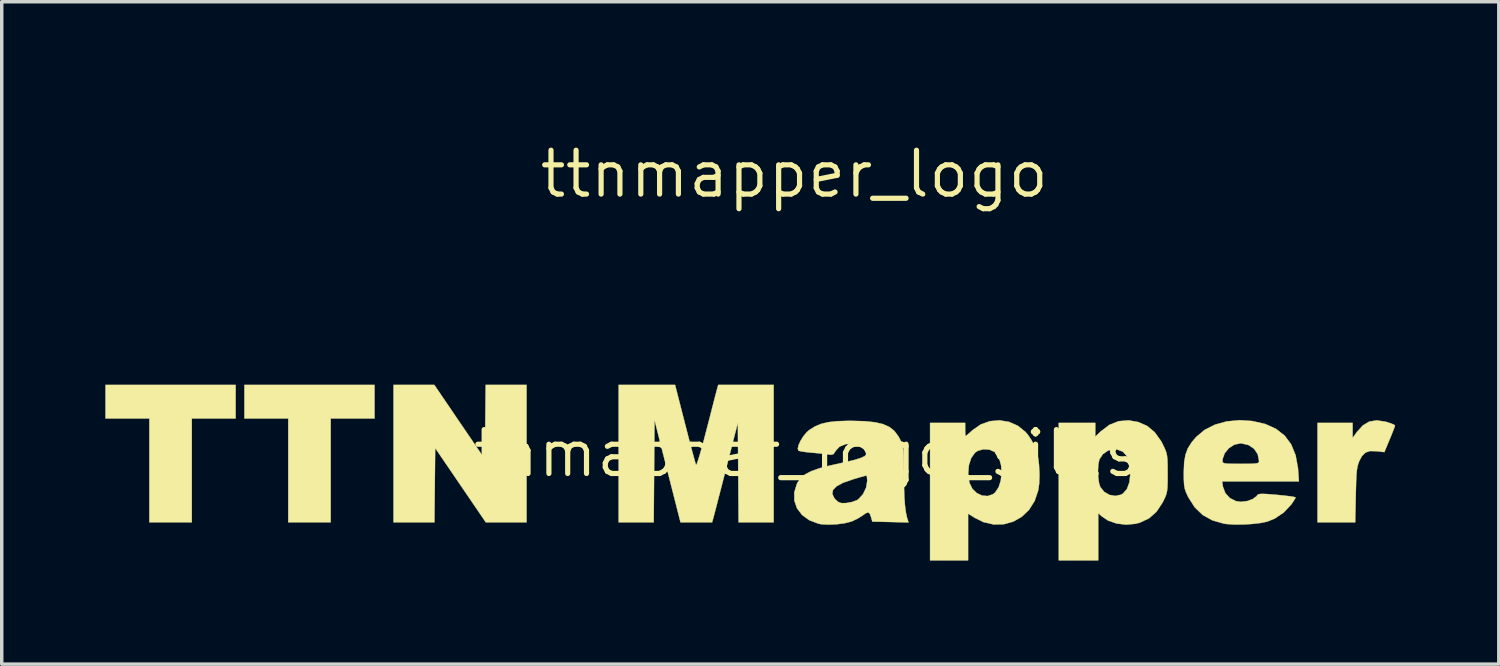
<source format=kicad_pcb>
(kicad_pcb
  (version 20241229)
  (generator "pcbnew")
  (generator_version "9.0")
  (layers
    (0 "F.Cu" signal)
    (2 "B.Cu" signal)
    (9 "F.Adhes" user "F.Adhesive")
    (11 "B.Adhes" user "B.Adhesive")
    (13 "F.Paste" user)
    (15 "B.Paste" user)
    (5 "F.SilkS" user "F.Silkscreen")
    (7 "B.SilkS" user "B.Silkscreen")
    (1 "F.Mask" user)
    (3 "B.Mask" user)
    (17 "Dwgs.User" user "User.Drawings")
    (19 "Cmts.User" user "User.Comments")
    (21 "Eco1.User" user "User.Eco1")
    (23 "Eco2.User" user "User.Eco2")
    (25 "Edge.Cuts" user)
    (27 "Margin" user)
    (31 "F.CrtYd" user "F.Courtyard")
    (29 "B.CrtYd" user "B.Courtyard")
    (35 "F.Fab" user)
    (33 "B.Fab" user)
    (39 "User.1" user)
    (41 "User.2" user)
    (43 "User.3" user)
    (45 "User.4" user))
  (footprint "ttnmapper_logo_silks"
    (layer "F.Cu")
    (at 19.95 10.08)
    (property "Reference" "ttnmapper_logo_silks" (at 0 0 0) (layer "F.SilkS") (effects (font (size 1.27 1.27) (thickness 0.15))))
    (attr through_hole)
    (fp_poly (pts (xy -16.177 -1.012) (xy -17.447 -1.012) (xy -17.447 1.994) (xy -18.675 1.994) (xy -18.675 -1.012) (xy -19.945 -1.012) (xy -19.945 -1.985) (xy -16.177 -1.985) (xy -16.177 -1.012)) (stroke (width 0.01) (type solid)) (fill yes) (layer "F.SilkS"))
    (fp_poly (pts (xy -12.155 -1.012) (xy -13.425 -1.012) (xy -13.425 1.994) (xy -14.653 1.994) (xy -14.653 -1.012) (xy -15.923 -1.012) (xy -15.923 -1.985) (xy -12.155 -1.985) (xy -12.155 -1.012)) (stroke (width 0.01) (type solid)) (fill yes) (layer "F.SilkS"))
    (fp_poly (pts (xy -9.692 -0.908) (xy -8.959 0.169) (xy -8.937 -1.985) (xy -7.753 -1.985) (xy -7.753 1.994) (xy -8.933 1.994) (xy -9.666 0.919) (xy -10.399 -0.157) (xy -10.41 0.919) (xy -10.421 1.994) (xy -11.605 1.994) (xy -11.605 -1.985) (xy -10.424 -1.985) (xy -9.692 -0.908)) (stroke (width 0.01) (type solid)) (fill yes) (layer "F.SilkS"))
    (fp_poly (pts (xy 17.117 -0.92) (xy 17.157 -0.909) (xy 17.284 -0.867) (xy 17.37 -0.83) (xy 17.394 -0.809) (xy 17.379 -0.759) (xy 17.338 -0.65) (xy 17.278 -0.501) (xy 17.24 -0.409) (xy 17.086 -0.039) (xy 16.865 -0.065) (xy 16.674 -0.07) (xy 16.538 -0.026) (xy 16.435 0.078) (xy 16.364 0.209) (xy 16.332 0.289) (xy 16.308 0.376) (xy 16.29 0.485) (xy 16.277 0.63) (xy 16.268 0.825) (xy 16.261 1.084) (xy 16.258 1.2) (xy 16.241 1.994) (xy 15.15 1.994) (xy 15.15 -0.885) (xy 16.166 -0.885) (xy 16.166 -0.449) (xy 16.292 -0.623) (xy 16.463 -0.812) (xy 16.65 -0.923) (xy 16.865 -0.957) (xy 17.117 -0.92)) (stroke (width 0.01) (type solid)) (fill yes) (layer "F.SilkS"))
    (fp_poly (pts (xy -3.163 -0.853) (xy -3.086 -0.554) (xy -3.015 -0.281) (xy -2.952 -0.045) (xy -2.901 0.144) (xy -2.865 0.273) (xy -2.846 0.332) (xy -2.845 0.334) (xy -2.827 0.309) (xy -2.792 0.213) (xy -2.743 0.055) (xy -2.683 -0.155) (xy -2.614 -0.407) (xy -2.548 -0.661) (xy -2.472 -0.954) (xy -2.402 -1.227) (xy -2.341 -1.466) (xy -2.291 -1.659) (xy -2.256 -1.792) (xy -2.241 -1.848) (xy -2.203 -1.985) (xy -0.598 -1.985) (xy -0.598 1.994) (xy -1.613 1.994) (xy -1.635 -0.889) (xy -1.964 0.394) (xy -2.047 0.718) (xy -2.125 1.022) (xy -2.196 1.296) (xy -2.255 1.526) (xy -2.301 1.702) (xy -2.33 1.812) (xy -2.336 1.835) (xy -2.38 1.994) (xy -3.295 1.994) (xy -3.672 0.513) (xy -4.048 -0.968) (xy -4.071 1.994) (xy -5.086 1.994) (xy -5.086 -1.985) (xy -3.453 -1.985) (xy -3.163 -0.853)) (stroke (width 0.01) (type solid)) (fill yes) (layer "F.SilkS"))
    (fp_poly (pts (xy 6.214 -0.915) (xy 6.47 -0.803) (xy 6.692 -0.625) (xy 6.769 -0.534) (xy 6.87 -0.381) (xy 6.961 -0.213) (xy 6.995 -0.135) (xy 7.05 0.07) (xy 7.085 0.326) (xy 7.099 0.603) (xy 7.091 0.869) (xy 7.063 1.068) (xy 6.959 1.375) (xy 6.797 1.632) (xy 6.587 1.833) (xy 6.339 1.974) (xy 6.064 2.05) (xy 5.775 2.057) (xy 5.48 1.989) (xy 5.233 1.868) (xy 5.032 1.743) (xy 5.032 3.095) (xy 3.931 3.095) (xy 3.931 0.577) (xy 5.035 0.577) (xy 5.066 0.823) (xy 5.076 0.859) (xy 5.156 1.024) (xy 5.283 1.147) (xy 5.436 1.219) (xy 5.598 1.233) (xy 5.748 1.183) (xy 5.814 1.132) (xy 5.916 0.979) (xy 5.979 0.782) (xy 6.002 0.562) (xy 5.987 0.342) (xy 5.933 0.146) (xy 5.84 -0.006) (xy 5.802 -0.041) (xy 5.653 -0.11) (xy 5.479 -0.122) (xy 5.314 -0.077) (xy 5.232 -0.022) (xy 5.122 0.133) (xy 5.055 0.34) (xy 5.035 0.577) (xy 3.931 0.577) (xy 3.931 -0.885) (xy 4.947 -0.885) (xy 4.947 -0.694) (xy 4.95 -0.581) (xy 4.957 -0.512) (xy 4.961 -0.504) (xy 4.997 -0.53) (xy 5.077 -0.598) (xy 5.16 -0.674) (xy 5.398 -0.84) (xy 5.663 -0.934) (xy 5.94 -0.959) (xy 6.214 -0.915)) (stroke (width 0.01) (type solid)) (fill yes) (layer "F.SilkS"))
    (fp_poly (pts (xy 9.96 -0.909) (xy 10.218 -0.796) (xy 10.435 -0.615) (xy 10.617 -0.362) (xy 10.673 -0.257) (xy 10.729 -0.139) (xy 10.767 -0.041) (xy 10.791 0.057) (xy 10.804 0.176) (xy 10.809 0.337) (xy 10.81 0.56) (xy 10.81 0.579) (xy 10.81 0.806) (xy 10.805 0.97) (xy 10.793 1.089) (xy 10.771 1.186) (xy 10.733 1.281) (xy 10.677 1.394) (xy 10.662 1.423) (xy 10.489 1.687) (xy 10.272 1.878) (xy 10.008 2.003) (xy 9.877 2.037) (xy 9.605 2.062) (xy 9.335 2.029) (xy 9.09 1.946) (xy 8.896 1.816) (xy 8.895 1.815) (xy 8.8 1.725) (xy 8.8 3.095) (xy 7.657 3.095) (xy 7.657 0.494) (xy 8.793 0.494) (xy 8.8 0.689) (xy 8.825 0.863) (xy 8.86 0.972) (xy 8.973 1.112) (xy 9.126 1.2) (xy 9.297 1.23) (xy 9.461 1.194) (xy 9.514 1.163) (xy 9.631 1.031) (xy 9.704 0.831) (xy 9.731 0.571) (xy 9.731 0.555) (xy 9.706 0.285) (xy 9.633 0.083) (xy 9.512 -0.052) (xy 9.345 -0.116) (xy 9.262 -0.123) (xy 9.086 -0.084) (xy 8.935 0.02) (xy 8.836 0.168) (xy 8.835 0.169) (xy 8.804 0.309) (xy 8.793 0.494) (xy 7.657 0.494) (xy 7.657 -0.885) (xy 8.715 -0.885) (xy 8.715 -0.486) (xy 8.874 -0.639) (xy 9.124 -0.828) (xy 9.392 -0.934) (xy 9.68 -0.958) (xy 9.96 -0.909)) (stroke (width 0.01) (type solid)) (fill yes) (layer "F.SilkS"))
    (fp_poly (pts (xy 13.255 -0.939) (xy 13.633 -0.854) (xy 13.947 -0.713) (xy 14.199 -0.516) (xy 14.388 -0.261) (xy 14.516 0.052) (xy 14.584 0.424) (xy 14.588 0.481) (xy 14.611 0.809) (xy 12.387 0.809) (xy 12.412 0.967) (xy 12.481 1.149) (xy 12.612 1.292) (xy 12.786 1.38) (xy 12.929 1.401) (xy 13.11 1.38) (xy 13.27 1.323) (xy 13.381 1.242) (xy 13.402 1.213) (xy 13.427 1.188) (xy 13.477 1.174) (xy 13.567 1.17) (xy 13.71 1.177) (xy 13.92 1.194) (xy 13.976 1.199) (xy 14.178 1.219) (xy 14.345 1.239) (xy 14.463 1.258) (xy 14.514 1.273) (xy 14.515 1.275) (xy 14.492 1.323) (xy 14.433 1.414) (xy 14.388 1.479) (xy 14.174 1.709) (xy 13.91 1.886) (xy 13.694 1.974) (xy 13.507 2.013) (xy 13.266 2.041) (xy 13.001 2.057) (xy 12.742 2.058) (xy 12.519 2.044) (xy 12.445 2.034) (xy 12.107 1.938) (xy 11.824 1.781) (xy 11.593 1.558) (xy 11.406 1.264) (xy 11.399 1.249) (xy 11.343 1.127) (xy 11.307 1.021) (xy 11.287 0.904) (xy 11.279 0.753) (xy 11.277 0.555) (xy 11.288 0.268) (xy 11.297 0.214) (xy 12.398 0.214) (xy 12.402 0.25) (xy 12.425 0.274) (xy 12.479 0.289) (xy 12.579 0.297) (xy 12.738 0.3) (xy 12.927 0.301) (xy 13.147 0.3) (xy 13.295 0.296) (xy 13.387 0.287) (xy 13.435 0.271) (xy 13.454 0.245) (xy 13.456 0.215) (xy 13.418 0.021) (xy 13.312 -0.136) (xy 13.151 -0.244) (xy 12.949 -0.291) (xy 12.914 -0.292) (xy 12.739 -0.254) (xy 12.582 -0.152) (xy 12.463 -0.008) (xy 12.402 0.161) (xy 12.398 0.214) (xy 11.297 0.214) (xy 11.325 0.041) (xy 11.396 -0.15) (xy 11.509 -0.328) (xy 11.637 -0.478) (xy 11.88 -0.682) (xy 12.179 -0.833) (xy 12.522 -0.928) (xy 12.896 -0.963) (xy 13.255 -0.939)) (stroke (width 0.01) (type solid)) (fill yes) (layer "F.SilkS"))
    (fp_poly (pts (xy 2.036 -0.934) (xy 2.333 -0.903) (xy 2.569 -0.849) (xy 2.753 -0.766) (xy 2.897 -0.652) (xy 3.011 -0.501) (xy 3.058 -0.414) (xy 3.097 -0.332) (xy 3.126 -0.256) (xy 3.146 -0.172) (xy 3.159 -0.066) (xy 3.167 0.079) (xy 3.17 0.276) (xy 3.172 0.54) (xy 3.172 0.595) (xy 3.177 0.969) (xy 3.187 1.271) (xy 3.205 1.512) (xy 3.23 1.705) (xy 3.264 1.86) (xy 3.276 1.9) (xy 3.307 1.997) (xy 2.783 1.985) (xy 2.259 1.973) (xy 2.219 1.835) (xy 2.182 1.739) (xy 2.137 1.706) (xy 2.064 1.734) (xy 1.968 1.803) (xy 1.836 1.885) (xy 1.682 1.959) (xy 1.644 1.973) (xy 1.46 2.02) (xy 1.236 2.05) (xy 1.004 2.061) (xy 0.799 2.052) (xy 0.702 2.035) (xy 0.434 1.933) (xy 0.225 1.781) (xy 0.079 1.59) (xy 0.002 1.369) (xy -0.00001 1.169) (xy 1.099 1.169) (xy 1.157 1.291) (xy 1.204 1.345) (xy 1.282 1.411) (xy 1.364 1.438) (xy 1.485 1.437) (xy 1.525 1.433) (xy 1.675 1.404) (xy 1.808 1.355) (xy 1.85 1.33) (xy 1.986 1.184) (xy 2.079 0.991) (xy 2.111 0.798) (xy 2.105 0.696) (xy 2.092 0.642) (xy 2.088 0.639) (xy 2.039 0.651) (xy 1.929 0.681) (xy 1.776 0.726) (xy 1.683 0.754) (xy 1.412 0.849) (xy 1.225 0.949) (xy 1.121 1.056) (xy 1.099 1.169) (xy -0.00001 1.169) (xy -0.001 1.129) (xy 0.075 0.878) (xy 0.09 0.849) (xy 0.178 0.72) (xy 0.308 0.609) (xy 0.489 0.514) (xy 0.731 0.428) (xy 1.045 0.347) (xy 1.159 0.322) (xy 1.483 0.25) (xy 1.731 0.19) (xy 1.911 0.136) (xy 2.028 0.084) (xy 2.09 0.03) (xy 2.105 -0.03) (xy 2.08 -0.1) (xy 2.023 -0.18) (xy 1.951 -0.252) (xy 1.861 -0.285) (xy 1.733 -0.292) (xy 1.489 -0.269) (xy 1.312 -0.199) (xy 1.201 -0.08) (xy 1.196 -0.071) (xy 1.138 0.016) (xy 1.069 0.04) (xy 1.017 0.033) (xy 0.922 0.019) (xy 0.771 0.002) (xy 0.592 -0.015) (xy 0.537 -0.019) (xy 0.366 -0.036) (xy 0.224 -0.056) (xy 0.136 -0.074) (xy 0.122 -0.08) (xy 0.1 -0.138) (xy 0.123 -0.241) (xy 0.182 -0.368) (xy 0.264 -0.5) (xy 0.361 -0.617) (xy 0.433 -0.679) (xy 0.598 -0.782) (xy 0.777 -0.857) (xy 0.986 -0.906) (xy 1.241 -0.934) (xy 1.559 -0.944) (xy 1.667 -0.944) (xy 2.036 -0.934)) (stroke (width 0.01) (type solid)) (fill yes) (layer "F.SilkS")))
  (footprint "ttnmapper_logo"
    (layer "F.Cu")
    (at 19.95 1.99)
    (property "Reference" "ttnmapper_logo" (at 0 0 0) (layer "F.SilkS") (effects (font (size 1.27 1.27) (thickness 0.15))))
    (attr through_hole)
    (fp_poly (pts (xy -16.177 -1.012) (xy -17.447 -1.012) (xy -17.447 1.994) (xy -18.675 1.994) (xy -18.675 -1.012) (xy -19.945 -1.012) (xy -19.945 -1.985) (xy -16.177 -1.985) (xy -16.177 -1.012)) (stroke (width 0.01) (type solid)) (fill yes) (layer "F.Mask"))
    (fp_poly (pts (xy -12.155 -1.012) (xy -13.425 -1.012) (xy -13.425 1.994) (xy -14.653 1.994) (xy -14.653 -1.012) (xy -15.923 -1.012) (xy -15.923 -1.985) (xy -12.155 -1.985) (xy -12.155 -1.012)) (stroke (width 0.01) (type solid)) (fill yes) (layer "F.Mask"))
    (fp_poly (pts (xy -9.692 -0.908) (xy -8.959 0.169) (xy -8.937 -1.985) (xy -7.753 -1.985) (xy -7.753 1.994) (xy -8.933 1.994) (xy -9.666 0.919) (xy -10.399 -0.157) (xy -10.41 0.919) (xy -10.421 1.994) (xy -11.605 1.994) (xy -11.605 -1.985) (xy -10.424 -1.985) (xy -9.692 -0.908)) (stroke (width 0.01) (type solid)) (fill yes) (layer "F.Mask"))
    (fp_poly (pts (xy 17.117 -0.92) (xy 17.157 -0.909) (xy 17.284 -0.867) (xy 17.37 -0.83) (xy 17.394 -0.809) (xy 17.379 -0.759) (xy 17.338 -0.65) (xy 17.278 -0.501) (xy 17.24 -0.409) (xy 17.086 -0.039) (xy 16.865 -0.065) (xy 16.674 -0.07) (xy 16.538 -0.026) (xy 16.435 0.078) (xy 16.364 0.209) (xy 16.332 0.289) (xy 16.308 0.376) (xy 16.29 0.485) (xy 16.277 0.63) (xy 16.268 0.825) (xy 16.261 1.084) (xy 16.258 1.2) (xy 16.241 1.994) (xy 15.15 1.994) (xy 15.15 -0.885) (xy 16.166 -0.885) (xy 16.166 -0.449) (xy 16.292 -0.623) (xy 16.463 -0.812) (xy 16.65 -0.923) (xy 16.865 -0.957) (xy 17.117 -0.92)) (stroke (width 0.01) (type solid)) (fill yes) (layer "F.Mask"))
    (fp_poly (pts (xy -3.163 -0.853) (xy -3.086 -0.554) (xy -3.015 -0.281) (xy -2.952 -0.045) (xy -2.901 0.144) (xy -2.865 0.273) (xy -2.846 0.332) (xy -2.845 0.334) (xy -2.827 0.309) (xy -2.792 0.213) (xy -2.743 0.055) (xy -2.683 -0.155) (xy -2.614 -0.407) (xy -2.548 -0.661) (xy -2.472 -0.954) (xy -2.402 -1.227) (xy -2.341 -1.466) (xy -2.291 -1.659) (xy -2.256 -1.792) (xy -2.241 -1.848) (xy -2.203 -1.985) (xy -0.598 -1.985) (xy -0.598 1.994) (xy -1.613 1.994) (xy -1.635 -0.889) (xy -1.964 0.394) (xy -2.047 0.718) (xy -2.125 1.022) (xy -2.196 1.296) (xy -2.255 1.526) (xy -2.301 1.702) (xy -2.33 1.812) (xy -2.336 1.835) (xy -2.38 1.994) (xy -3.295 1.994) (xy -3.672 0.513) (xy -4.048 -0.968) (xy -4.071 1.994) (xy -5.086 1.994) (xy -5.086 -1.985) (xy -3.453 -1.985) (xy -3.163 -0.853)) (stroke (width 0.01) (type solid)) (fill yes) (layer "F.Mask"))
    (fp_poly (pts (xy 6.214 -0.915) (xy 6.47 -0.803) (xy 6.692 -0.625) (xy 6.769 -0.534) (xy 6.87 -0.381) (xy 6.961 -0.213) (xy 6.995 -0.135) (xy 7.05 0.07) (xy 7.085 0.326) (xy 7.099 0.603) (xy 7.091 0.869) (xy 7.063 1.068) (xy 6.959 1.375) (xy 6.797 1.632) (xy 6.587 1.833) (xy 6.339 1.974) (xy 6.064 2.05) (xy 5.775 2.057) (xy 5.48 1.989) (xy 5.233 1.868) (xy 5.032 1.743) (xy 5.032 3.095) (xy 3.931 3.095) (xy 3.931 0.577) (xy 5.035 0.577) (xy 5.066 0.823) (xy 5.076 0.859) (xy 5.156 1.024) (xy 5.283 1.147) (xy 5.436 1.219) (xy 5.598 1.233) (xy 5.748 1.183) (xy 5.814 1.132) (xy 5.916 0.979) (xy 5.979 0.782) (xy 6.002 0.562) (xy 5.987 0.342) (xy 5.933 0.146) (xy 5.84 -0.006) (xy 5.802 -0.041) (xy 5.653 -0.11) (xy 5.479 -0.122) (xy 5.314 -0.077) (xy 5.232 -0.022) (xy 5.122 0.133) (xy 5.055 0.34) (xy 5.035 0.577) (xy 3.931 0.577) (xy 3.931 -0.885) (xy 4.947 -0.885) (xy 4.947 -0.694) (xy 4.95 -0.581) (xy 4.957 -0.512) (xy 4.961 -0.504) (xy 4.997 -0.53) (xy 5.077 -0.598) (xy 5.16 -0.674) (xy 5.398 -0.84) (xy 5.663 -0.934) (xy 5.94 -0.959) (xy 6.214 -0.915)) (stroke (width 0.01) (type solid)) (fill yes) (layer "F.Mask"))
    (fp_poly (pts (xy 9.96 -0.909) (xy 10.218 -0.796) (xy 10.435 -0.615) (xy 10.617 -0.362) (xy 10.673 -0.257) (xy 10.729 -0.139) (xy 10.767 -0.041) (xy 10.791 0.057) (xy 10.804 0.176) (xy 10.809 0.337) (xy 10.81 0.56) (xy 10.81 0.579) (xy 10.81 0.806) (xy 10.805 0.97) (xy 10.793 1.089) (xy 10.771 1.186) (xy 10.733 1.281) (xy 10.677 1.394) (xy 10.662 1.423) (xy 10.489 1.687) (xy 10.272 1.878) (xy 10.008 2.003) (xy 9.877 2.037) (xy 9.605 2.062) (xy 9.335 2.029) (xy 9.09 1.946) (xy 8.896 1.816) (xy 8.895 1.815) (xy 8.8 1.725) (xy 8.8 3.095) (xy 7.657 3.095) (xy 7.657 0.494) (xy 8.793 0.494) (xy 8.8 0.689) (xy 8.825 0.863) (xy 8.86 0.972) (xy 8.973 1.112) (xy 9.126 1.2) (xy 9.297 1.23) (xy 9.461 1.194) (xy 9.514 1.163) (xy 9.631 1.031) (xy 9.704 0.831) (xy 9.731 0.571) (xy 9.731 0.555) (xy 9.706 0.285) (xy 9.633 0.083) (xy 9.512 -0.052) (xy 9.345 -0.116) (xy 9.262 -0.123) (xy 9.086 -0.084) (xy 8.935 0.02) (xy 8.836 0.168) (xy 8.835 0.169) (xy 8.804 0.309) (xy 8.793 0.494) (xy 7.657 0.494) (xy 7.657 -0.885) (xy 8.715 -0.885) (xy 8.715 -0.486) (xy 8.874 -0.639) (xy 9.124 -0.828) (xy 9.392 -0.934) (xy 9.68 -0.958) (xy 9.96 -0.909)) (stroke (width 0.01) (type solid)) (fill yes) (layer "F.Mask"))
    (fp_poly (pts (xy 13.255 -0.939) (xy 13.633 -0.854) (xy 13.947 -0.713) (xy 14.199 -0.516) (xy 14.388 -0.261) (xy 14.516 0.052) (xy 14.584 0.424) (xy 14.588 0.481) (xy 14.611 0.809) (xy 12.387 0.809) (xy 12.412 0.967) (xy 12.481 1.149) (xy 12.612 1.292) (xy 12.786 1.38) (xy 12.929 1.401) (xy 13.11 1.38) (xy 13.27 1.323) (xy 13.381 1.242) (xy 13.402 1.213) (xy 13.427 1.188) (xy 13.477 1.174) (xy 13.567 1.17) (xy 13.71 1.177) (xy 13.92 1.194) (xy 13.976 1.199) (xy 14.178 1.219) (xy 14.345 1.239) (xy 14.463 1.258) (xy 14.514 1.273) (xy 14.515 1.275) (xy 14.492 1.323) (xy 14.433 1.414) (xy 14.388 1.479) (xy 14.174 1.709) (xy 13.91 1.886) (xy 13.694 1.974) (xy 13.507 2.013) (xy 13.266 2.041) (xy 13.001 2.057) (xy 12.742 2.058) (xy 12.519 2.044) (xy 12.445 2.034) (xy 12.107 1.938) (xy 11.824 1.781) (xy 11.593 1.558) (xy 11.406 1.264) (xy 11.399 1.249) (xy 11.343 1.127) (xy 11.307 1.021) (xy 11.287 0.904) (xy 11.279 0.753) (xy 11.277 0.555) (xy 11.288 0.268) (xy 11.297 0.214) (xy 12.398 0.214) (xy 12.402 0.25) (xy 12.425 0.274) (xy 12.479 0.289) (xy 12.579 0.297) (xy 12.738 0.3) (xy 12.927 0.301) (xy 13.147 0.3) (xy 13.295 0.296) (xy 13.387 0.287) (xy 13.435 0.271) (xy 13.454 0.245) (xy 13.456 0.215) (xy 13.418 0.021) (xy 13.312 -0.136) (xy 13.151 -0.244) (xy 12.949 -0.291) (xy 12.914 -0.292) (xy 12.739 -0.254) (xy 12.582 -0.152) (xy 12.463 -0.008) (xy 12.402 0.161) (xy 12.398 0.214) (xy 11.297 0.214) (xy 11.325 0.041) (xy 11.396 -0.15) (xy 11.509 -0.328) (xy 11.637 -0.478) (xy 11.88 -0.682) (xy 12.179 -0.833) (xy 12.522 -0.928) (xy 12.896 -0.963) (xy 13.255 -0.939)) (stroke (width 0.01) (type solid)) (fill yes) (layer "F.Mask"))
    (fp_poly (pts (xy 2.036 -0.934) (xy 2.333 -0.903) (xy 2.569 -0.849) (xy 2.753 -0.766) (xy 2.897 -0.652) (xy 3.011 -0.501) (xy 3.058 -0.414) (xy 3.097 -0.332) (xy 3.126 -0.256) (xy 3.146 -0.172) (xy 3.159 -0.066) (xy 3.167 0.079) (xy 3.17 0.276) (xy 3.172 0.54) (xy 3.172 0.595) (xy 3.177 0.969) (xy 3.187 1.271) (xy 3.205 1.512) (xy 3.23 1.705) (xy 3.264 1.86) (xy 3.276 1.9) (xy 3.307 1.997) (xy 2.783 1.985) (xy 2.259 1.973) (xy 2.219 1.835) (xy 2.182 1.739) (xy 2.137 1.706) (xy 2.064 1.734) (xy 1.968 1.803) (xy 1.836 1.885) (xy 1.682 1.959) (xy 1.644 1.973) (xy 1.46 2.02) (xy 1.236 2.05) (xy 1.004 2.061) (xy 0.799 2.052) (xy 0.702 2.035) (xy 0.434 1.933) (xy 0.225 1.781) (xy 0.079 1.59) (xy 0.002 1.369) (xy -0.00001 1.169) (xy 1.099 1.169) (xy 1.157 1.291) (xy 1.204 1.345) (xy 1.282 1.411) (xy 1.364 1.438) (xy 1.485 1.437) (xy 1.525 1.433) (xy 1.675 1.404) (xy 1.808 1.355) (xy 1.85 1.33) (xy 1.986 1.184) (xy 2.079 0.991) (xy 2.111 0.798) (xy 2.105 0.696) (xy 2.092 0.642) (xy 2.088 0.639) (xy 2.039 0.651) (xy 1.929 0.681) (xy 1.776 0.726) (xy 1.683 0.754) (xy 1.412 0.849) (xy 1.225 0.949) (xy 1.121 1.056) (xy 1.099 1.169) (xy -0.00001 1.169) (xy -0.001 1.129) (xy 0.075 0.878) (xy 0.09 0.849) (xy 0.178 0.72) (xy 0.308 0.609) (xy 0.489 0.514) (xy 0.731 0.428) (xy 1.045 0.347) (xy 1.159 0.322) (xy 1.483 0.25) (xy 1.731 0.19) (xy 1.911 0.136) (xy 2.028 0.084) (xy 2.09 0.03) (xy 2.105 -0.03) (xy 2.08 -0.1) (xy 2.023 -0.18) (xy 1.951 -0.252) (xy 1.861 -0.285) (xy 1.733 -0.292) (xy 1.489 -0.269) (xy 1.312 -0.199) (xy 1.201 -0.08) (xy 1.196 -0.071) (xy 1.138 0.016) (xy 1.069 0.04) (xy 1.017 0.033) (xy 0.922 0.019) (xy 0.771 0.002) (xy 0.592 -0.015) (xy 0.537 -0.019) (xy 0.366 -0.036) (xy 0.224 -0.056) (xy 0.136 -0.074) (xy 0.122 -0.08) (xy 0.1 -0.138) (xy 0.123 -0.241) (xy 0.182 -0.368) (xy 0.264 -0.5) (xy 0.361 -0.617) (xy 0.433 -0.679) (xy 0.598 -0.782) (xy 0.777 -0.857) (xy 0.986 -0.906) (xy 1.241 -0.934) (xy 1.559 -0.944) (xy 1.667 -0.944) (xy 2.036 -0.934)) (stroke (width 0.01) (type solid)) (fill yes) (layer "F.Mask")))
  (gr_rect
    (start -3 -3)
    (end 40.349 16.18)
    (stroke (width 0.1) (type default))
    (fill no)
    (layer "Edge.Cuts")))
</source>
